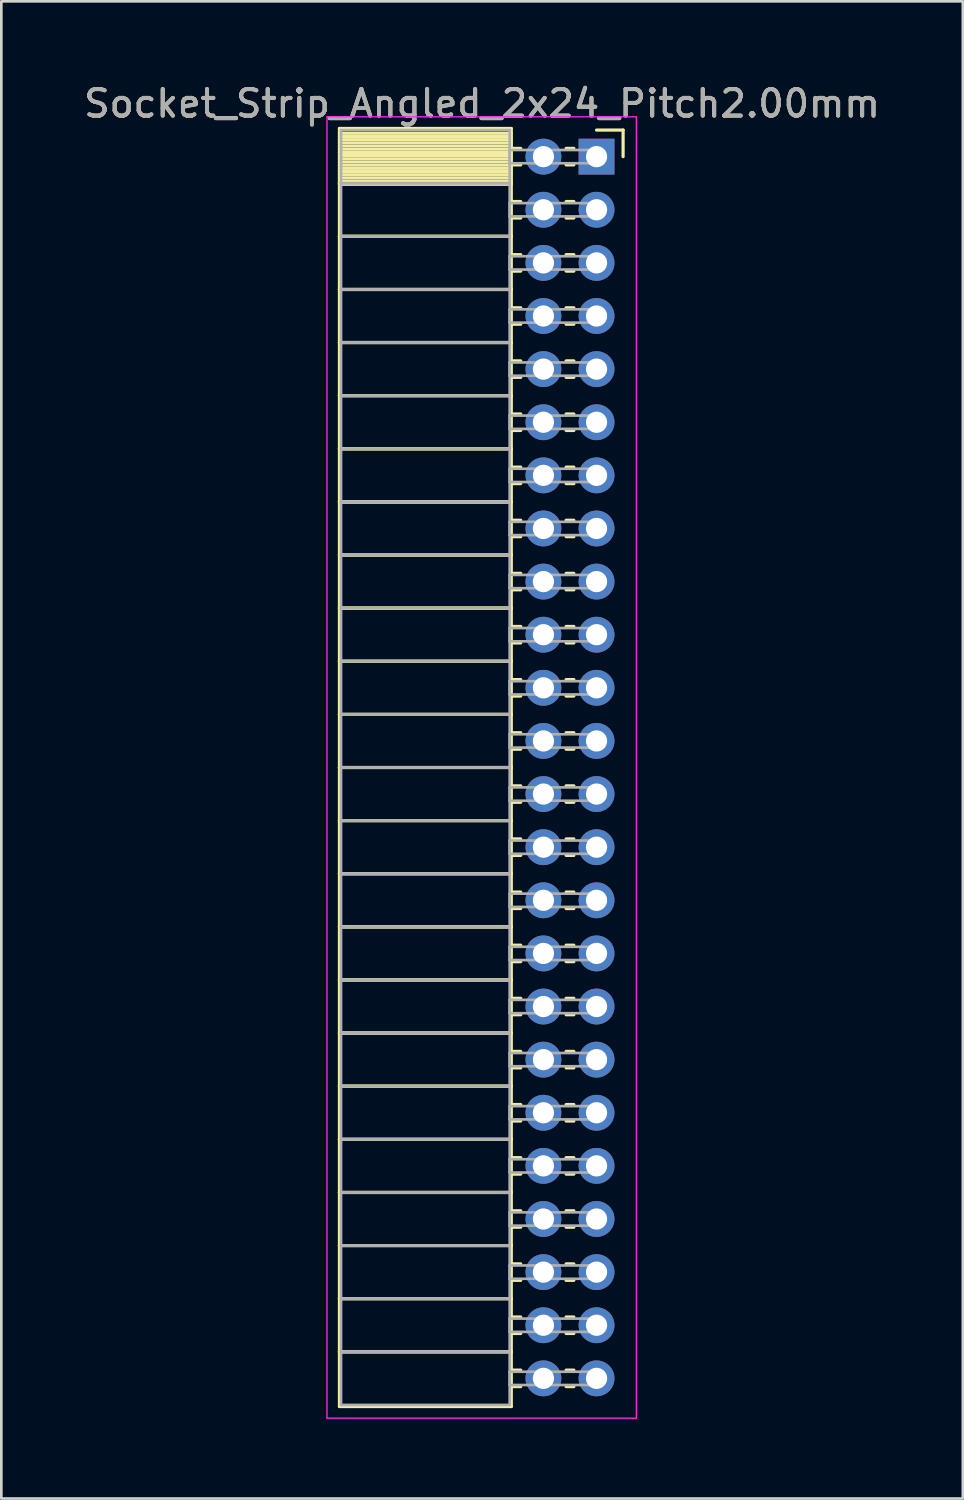
<source format=kicad_pcb>
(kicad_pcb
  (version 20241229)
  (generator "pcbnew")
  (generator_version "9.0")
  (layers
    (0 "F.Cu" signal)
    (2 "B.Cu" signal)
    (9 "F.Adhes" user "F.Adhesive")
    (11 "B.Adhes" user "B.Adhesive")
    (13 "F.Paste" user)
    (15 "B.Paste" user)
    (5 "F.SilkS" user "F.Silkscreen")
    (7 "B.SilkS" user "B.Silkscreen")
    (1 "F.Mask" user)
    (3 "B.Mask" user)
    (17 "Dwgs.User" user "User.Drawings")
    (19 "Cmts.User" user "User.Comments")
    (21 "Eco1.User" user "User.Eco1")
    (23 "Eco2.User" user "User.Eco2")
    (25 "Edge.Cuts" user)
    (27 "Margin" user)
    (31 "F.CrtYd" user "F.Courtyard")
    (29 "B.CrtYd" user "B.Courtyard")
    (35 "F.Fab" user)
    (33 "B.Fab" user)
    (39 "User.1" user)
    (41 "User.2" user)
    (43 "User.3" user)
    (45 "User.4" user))
  (footprint "Socket_Strip_Angled_2x24_Pitch2.00mm"
    (layer "F.Cu")
    (at 19.411 2.848)
    (property "Reference" "Socket_Strip_Angled_2x24_Pitch2.00mm" (at -4.31 -2 0) (layer "F.SilkS") (effects (font (size 1 1) (thickness 0.15))))
    (attr through_hole)
    (fp_line (start -9.68 -1.06) (end -3.21 -1.06) (stroke (width 0.12) (type solid)) (layer "F.SilkS"))
    (fp_line (start -9.68 1) (end -9.68 -1.06) (stroke (width 0.12) (type solid)) (layer "F.SilkS"))
    (fp_line (start -9.68 1) (end -3.21 1) (stroke (width 0.12) (type solid)) (layer "F.SilkS"))
    (fp_line (start -9.68 3) (end -9.68 1) (stroke (width 0.12) (type solid)) (layer "F.SilkS"))
    (fp_line (start -9.68 3) (end -3.21 3) (stroke (width 0.12) (type solid)) (layer "F.SilkS"))
    (fp_line (start -9.68 5) (end -9.68 3) (stroke (width 0.12) (type solid)) (layer "F.SilkS"))
    (fp_line (start -9.68 5) (end -3.21 5) (stroke (width 0.12) (type solid)) (layer "F.SilkS"))
    (fp_line (start -9.68 7) (end -9.68 5) (stroke (width 0.12) (type solid)) (layer "F.SilkS"))
    (fp_line (start -9.68 7) (end -3.21 7) (stroke (width 0.12) (type solid)) (layer "F.SilkS"))
    (fp_line (start -9.68 9) (end -9.68 7) (stroke (width 0.12) (type solid)) (layer "F.SilkS"))
    (fp_line (start -9.68 9) (end -3.21 9) (stroke (width 0.12) (type solid)) (layer "F.SilkS"))
    (fp_line (start -9.68 11) (end -9.68 9) (stroke (width 0.12) (type solid)) (layer "F.SilkS"))
    (fp_line (start -9.68 11) (end -3.21 11) (stroke (width 0.12) (type solid)) (layer "F.SilkS"))
    (fp_line (start -9.68 13) (end -9.68 11) (stroke (width 0.12) (type solid)) (layer "F.SilkS"))
    (fp_line (start -9.68 13) (end -3.21 13) (stroke (width 0.12) (type solid)) (layer "F.SilkS"))
    (fp_line (start -9.68 15) (end -9.68 13) (stroke (width 0.12) (type solid)) (layer "F.SilkS"))
    (fp_line (start -9.68 15) (end -3.21 15) (stroke (width 0.12) (type solid)) (layer "F.SilkS"))
    (fp_line (start -9.68 17) (end -9.68 15) (stroke (width 0.12) (type solid)) (layer "F.SilkS"))
    (fp_line (start -9.68 17) (end -3.21 17) (stroke (width 0.12) (type solid)) (layer "F.SilkS"))
    (fp_line (start -9.68 19) (end -9.68 17) (stroke (width 0.12) (type solid)) (layer "F.SilkS"))
    (fp_line (start -9.68 19) (end -3.21 19) (stroke (width 0.12) (type solid)) (layer "F.SilkS"))
    (fp_line (start -9.68 21) (end -9.68 19) (stroke (width 0.12) (type solid)) (layer "F.SilkS"))
    (fp_line (start -9.68 21) (end -3.21 21) (stroke (width 0.12) (type solid)) (layer "F.SilkS"))
    (fp_line (start -9.68 23) (end -9.68 21) (stroke (width 0.12) (type solid)) (layer "F.SilkS"))
    (fp_line (start -9.68 23) (end -3.21 23) (stroke (width 0.12) (type solid)) (layer "F.SilkS"))
    (fp_line (start -9.68 25) (end -9.68 23) (stroke (width 0.12) (type solid)) (layer "F.SilkS"))
    (fp_line (start -9.68 25) (end -3.21 25) (stroke (width 0.12) (type solid)) (layer "F.SilkS"))
    (fp_line (start -9.68 27) (end -9.68 25) (stroke (width 0.12) (type solid)) (layer "F.SilkS"))
    (fp_line (start -9.68 27) (end -3.21 27) (stroke (width 0.12) (type solid)) (layer "F.SilkS"))
    (fp_line (start -9.68 29) (end -9.68 27) (stroke (width 0.12) (type solid)) (layer "F.SilkS"))
    (fp_line (start -9.68 29) (end -3.21 29) (stroke (width 0.12) (type solid)) (layer "F.SilkS"))
    (fp_line (start -9.68 31) (end -9.68 29) (stroke (width 0.12) (type solid)) (layer "F.SilkS"))
    (fp_line (start -9.68 31) (end -3.21 31) (stroke (width 0.12) (type solid)) (layer "F.SilkS"))
    (fp_line (start -9.68 33) (end -9.68 31) (stroke (width 0.12) (type solid)) (layer "F.SilkS"))
    (fp_line (start -9.68 33) (end -3.21 33) (stroke (width 0.12) (type solid)) (layer "F.SilkS"))
    (fp_line (start -9.68 35) (end -9.68 33) (stroke (width 0.12) (type solid)) (layer "F.SilkS"))
    (fp_line (start -9.68 35) (end -3.21 35) (stroke (width 0.12) (type solid)) (layer "F.SilkS"))
    (fp_line (start -9.68 37) (end -9.68 35) (stroke (width 0.12) (type solid)) (layer "F.SilkS"))
    (fp_line (start -9.68 37) (end -3.21 37) (stroke (width 0.12) (type solid)) (layer "F.SilkS"))
    (fp_line (start -9.68 39) (end -9.68 37) (stroke (width 0.12) (type solid)) (layer "F.SilkS"))
    (fp_line (start -9.68 39) (end -3.21 39) (stroke (width 0.12) (type solid)) (layer "F.SilkS"))
    (fp_line (start -9.68 41) (end -9.68 39) (stroke (width 0.12) (type solid)) (layer "F.SilkS"))
    (fp_line (start -9.68 41) (end -3.21 41) (stroke (width 0.12) (type solid)) (layer "F.SilkS"))
    (fp_line (start -9.68 43) (end -9.68 41) (stroke (width 0.12) (type solid)) (layer "F.SilkS"))
    (fp_line (start -9.68 43) (end -3.21 43) (stroke (width 0.12) (type solid)) (layer "F.SilkS"))
    (fp_line (start -9.68 45) (end -9.68 43) (stroke (width 0.12) (type solid)) (layer "F.SilkS"))
    (fp_line (start -9.68 45) (end -3.21 45) (stroke (width 0.12) (type solid)) (layer "F.SilkS"))
    (fp_line (start -9.68 47.06) (end -9.68 45) (stroke (width 0.12) (type solid)) (layer "F.SilkS"))
    (fp_line (start -3.21 -1.06) (end -3.21 1) (stroke (width 0.12) (type solid)) (layer "F.SilkS"))
    (fp_line (start -3.21 -0.88) (end -9.68 -0.88) (stroke (width 0.12) (type solid)) (layer "F.SilkS"))
    (fp_line (start -3.21 -0.76) (end -9.68 -0.76) (stroke (width 0.12) (type solid)) (layer "F.SilkS"))
    (fp_line (start -3.21 -0.64) (end -9.68 -0.64) (stroke (width 0.12) (type solid)) (layer "F.SilkS"))
    (fp_line (start -3.21 -0.52) (end -9.68 -0.52) (stroke (width 0.12) (type solid)) (layer "F.SilkS"))
    (fp_line (start -3.21 -0.4) (end -9.68 -0.4) (stroke (width 0.12) (type solid)) (layer "F.SilkS"))
    (fp_line (start -3.21 -0.28) (end -9.68 -0.28) (stroke (width 0.12) (type solid)) (layer "F.SilkS"))
    (fp_line (start -3.21 -0.16) (end -9.68 -0.16) (stroke (width 0.12) (type solid)) (layer "F.SilkS"))
    (fp_line (start -3.21 -0.04) (end -9.68 -0.04) (stroke (width 0.12) (type solid)) (layer "F.SilkS"))
    (fp_line (start -3.21 0.08) (end -9.68 0.08) (stroke (width 0.12) (type solid)) (layer "F.SilkS"))
    (fp_line (start -3.21 0.2) (end -9.68 0.2) (stroke (width 0.12) (type solid)) (layer "F.SilkS"))
    (fp_line (start -3.21 0.32) (end -9.68 0.32) (stroke (width 0.12) (type solid)) (layer "F.SilkS"))
    (fp_line (start -3.21 0.44) (end -9.68 0.44) (stroke (width 0.12) (type solid)) (layer "F.SilkS"))
    (fp_line (start -3.21 0.56) (end -9.68 0.56) (stroke (width 0.12) (type solid)) (layer "F.SilkS"))
    (fp_line (start -3.21 0.68) (end -9.68 0.68) (stroke (width 0.12) (type solid)) (layer "F.SilkS"))
    (fp_line (start -3.21 0.8) (end -9.68 0.8) (stroke (width 0.12) (type solid)) (layer "F.SilkS"))
    (fp_line (start -3.21 0.92) (end -9.68 0.92) (stroke (width 0.12) (type solid)) (layer "F.SilkS"))
    (fp_line (start -3.21 1) (end -9.68 1) (stroke (width 0.12) (type solid)) (layer "F.SilkS"))
    (fp_line (start -3.21 1) (end -3.21 3) (stroke (width 0.12) (type solid)) (layer "F.SilkS"))
    (fp_line (start -3.21 1.04) (end -9.68 1.04) (stroke (width 0.12) (type solid)) (layer "F.SilkS"))
    (fp_line (start -3.21 3) (end -9.68 3) (stroke (width 0.12) (type solid)) (layer "F.SilkS"))
    (fp_line (start -3.21 3) (end -3.21 5) (stroke (width 0.12) (type solid)) (layer "F.SilkS"))
    (fp_line (start -3.21 5) (end -9.68 5) (stroke (width 0.12) (type solid)) (layer "F.SilkS"))
    (fp_line (start -3.21 5) (end -3.21 7) (stroke (width 0.12) (type solid)) (layer "F.SilkS"))
    (fp_line (start -3.21 7) (end -9.68 7) (stroke (width 0.12) (type solid)) (layer "F.SilkS"))
    (fp_line (start -3.21 7) (end -3.21 9) (stroke (width 0.12) (type solid)) (layer "F.SilkS"))
    (fp_line (start -3.21 9) (end -9.68 9) (stroke (width 0.12) (type solid)) (layer "F.SilkS"))
    (fp_line (start -3.21 9) (end -3.21 11) (stroke (width 0.12) (type solid)) (layer "F.SilkS"))
    (fp_line (start -3.21 11) (end -9.68 11) (stroke (width 0.12) (type solid)) (layer "F.SilkS"))
    (fp_line (start -3.21 11) (end -3.21 13) (stroke (width 0.12) (type solid)) (layer "F.SilkS"))
    (fp_line (start -3.21 13) (end -9.68 13) (stroke (width 0.12) (type solid)) (layer "F.SilkS"))
    (fp_line (start -3.21 13) (end -3.21 15) (stroke (width 0.12) (type solid)) (layer "F.SilkS"))
    (fp_line (start -3.21 15) (end -9.68 15) (stroke (width 0.12) (type solid)) (layer "F.SilkS"))
    (fp_line (start -3.21 15) (end -3.21 17) (stroke (width 0.12) (type solid)) (layer "F.SilkS"))
    (fp_line (start -3.21 17) (end -9.68 17) (stroke (width 0.12) (type solid)) (layer "F.SilkS"))
    (fp_line (start -3.21 17) (end -3.21 19) (stroke (width 0.12) (type solid)) (layer "F.SilkS"))
    (fp_line (start -3.21 19) (end -9.68 19) (stroke (width 0.12) (type solid)) (layer "F.SilkS"))
    (fp_line (start -3.21 19) (end -3.21 21) (stroke (width 0.12) (type solid)) (layer "F.SilkS"))
    (fp_line (start -3.21 21) (end -9.68 21) (stroke (width 0.12) (type solid)) (layer "F.SilkS"))
    (fp_line (start -3.21 21) (end -3.21 23) (stroke (width 0.12) (type solid)) (layer "F.SilkS"))
    (fp_line (start -3.21 23) (end -9.68 23) (stroke (width 0.12) (type solid)) (layer "F.SilkS"))
    (fp_line (start -3.21 23) (end -3.21 25) (stroke (width 0.12) (type solid)) (layer "F.SilkS"))
    (fp_line (start -3.21 25) (end -9.68 25) (stroke (width 0.12) (type solid)) (layer "F.SilkS"))
    (fp_line (start -3.21 25) (end -3.21 27) (stroke (width 0.12) (type solid)) (layer "F.SilkS"))
    (fp_line (start -3.21 27) (end -9.68 27) (stroke (width 0.12) (type solid)) (layer "F.SilkS"))
    (fp_line (start -3.21 27) (end -3.21 29) (stroke (width 0.12) (type solid)) (layer "F.SilkS"))
    (fp_line (start -3.21 29) (end -9.68 29) (stroke (width 0.12) (type solid)) (layer "F.SilkS"))
    (fp_line (start -3.21 29) (end -3.21 31) (stroke (width 0.12) (type solid)) (layer "F.SilkS"))
    (fp_line (start -3.21 31) (end -9.68 31) (stroke (width 0.12) (type solid)) (layer "F.SilkS"))
    (fp_line (start -3.21 31) (end -3.21 33) (stroke (width 0.12) (type solid)) (layer "F.SilkS"))
    (fp_line (start -3.21 33) (end -9.68 33) (stroke (width 0.12) (type solid)) (layer "F.SilkS"))
    (fp_line (start -3.21 33) (end -3.21 35) (stroke (width 0.12) (type solid)) (layer "F.SilkS"))
    (fp_line (start -3.21 35) (end -9.68 35) (stroke (width 0.12) (type solid)) (layer "F.SilkS"))
    (fp_line (start -3.21 35) (end -3.21 37) (stroke (width 0.12) (type solid)) (layer "F.SilkS"))
    (fp_line (start -3.21 37) (end -9.68 37) (stroke (width 0.12) (type solid)) (layer "F.SilkS"))
    (fp_line (start -3.21 37) (end -3.21 39) (stroke (width 0.12) (type solid)) (layer "F.SilkS"))
    (fp_line (start -3.21 39) (end -9.68 39) (stroke (width 0.12) (type solid)) (layer "F.SilkS"))
    (fp_line (start -3.21 39) (end -3.21 41) (stroke (width 0.12) (type solid)) (layer "F.SilkS"))
    (fp_line (start -3.21 41) (end -9.68 41) (stroke (width 0.12) (type solid)) (layer "F.SilkS"))
    (fp_line (start -3.21 41) (end -3.21 43) (stroke (width 0.12) (type solid)) (layer "F.SilkS"))
    (fp_line (start -3.21 43) (end -9.68 43) (stroke (width 0.12) (type solid)) (layer "F.SilkS"))
    (fp_line (start -3.21 43) (end -3.21 45) (stroke (width 0.12) (type solid)) (layer "F.SilkS"))
    (fp_line (start -3.21 45) (end -9.68 45) (stroke (width 0.12) (type solid)) (layer "F.SilkS"))
    (fp_line (start -3.21 45) (end -3.21 47.06) (stroke (width 0.12) (type solid)) (layer "F.SilkS"))
    (fp_line (start -3.21 47.06) (end -9.68 47.06) (stroke (width 0.12) (type solid)) (layer "F.SilkS"))
    (fp_line (start -2.855 -0.31) (end -3.21 -0.31) (stroke (width 0.12) (type solid)) (layer "F.SilkS"))
    (fp_line (start -2.855 0.31) (end -3.21 0.31) (stroke (width 0.12) (type solid)) (layer "F.SilkS"))
    (fp_line (start -2.855 1.69) (end -3.21 1.69) (stroke (width 0.12) (type solid)) (layer "F.SilkS"))
    (fp_line (start -2.855 2.31) (end -3.21 2.31) (stroke (width 0.12) (type solid)) (layer "F.SilkS"))
    (fp_line (start -2.855 3.69) (end -3.21 3.69) (stroke (width 0.12) (type solid)) (layer "F.SilkS"))
    (fp_line (start -2.855 4.31) (end -3.21 4.31) (stroke (width 0.12) (type solid)) (layer "F.SilkS"))
    (fp_line (start -2.855 5.69) (end -3.21 5.69) (stroke (width 0.12) (type solid)) (layer "F.SilkS"))
    (fp_line (start -2.855 6.31) (end -3.21 6.31) (stroke (width 0.12) (type solid)) (layer "F.SilkS"))
    (fp_line (start -2.855 7.69) (end -3.21 7.69) (stroke (width 0.12) (type solid)) (layer "F.SilkS"))
    (fp_line (start -2.855 8.31) (end -3.21 8.31) (stroke (width 0.12) (type solid)) (layer "F.SilkS"))
    (fp_line (start -2.855 9.69) (end -3.21 9.69) (stroke (width 0.12) (type solid)) (layer "F.SilkS"))
    (fp_line (start -2.855 10.31) (end -3.21 10.31) (stroke (width 0.12) (type solid)) (layer "F.SilkS"))
    (fp_line (start -2.855 11.69) (end -3.21 11.69) (stroke (width 0.12) (type solid)) (layer "F.SilkS"))
    (fp_line (start -2.855 12.31) (end -3.21 12.31) (stroke (width 0.12) (type solid)) (layer "F.SilkS"))
    (fp_line (start -2.855 13.69) (end -3.21 13.69) (stroke (width 0.12) (type solid)) (layer "F.SilkS"))
    (fp_line (start -2.855 14.31) (end -3.21 14.31) (stroke (width 0.12) (type solid)) (layer "F.SilkS"))
    (fp_line (start -2.855 15.69) (end -3.21 15.69) (stroke (width 0.12) (type solid)) (layer "F.SilkS"))
    (fp_line (start -2.855 16.31) (end -3.21 16.31) (stroke (width 0.12) (type solid)) (layer "F.SilkS"))
    (fp_line (start -2.855 17.69) (end -3.21 17.69) (stroke (width 0.12) (type solid)) (layer "F.SilkS"))
    (fp_line (start -2.855 18.31) (end -3.21 18.31) (stroke (width 0.12) (type solid)) (layer "F.SilkS"))
    (fp_line (start -2.855 19.69) (end -3.21 19.69) (stroke (width 0.12) (type solid)) (layer "F.SilkS"))
    (fp_line (start -2.855 20.31) (end -3.21 20.31) (stroke (width 0.12) (type solid)) (layer "F.SilkS"))
    (fp_line (start -2.855 21.69) (end -3.21 21.69) (stroke (width 0.12) (type solid)) (layer "F.SilkS"))
    (fp_line (start -2.855 22.31) (end -3.21 22.31) (stroke (width 0.12) (type solid)) (layer "F.SilkS"))
    (fp_line (start -2.855 23.69) (end -3.21 23.69) (stroke (width 0.12) (type solid)) (layer "F.SilkS"))
    (fp_line (start -2.855 24.31) (end -3.21 24.31) (stroke (width 0.12) (type solid)) (layer "F.SilkS"))
    (fp_line (start -2.855 25.69) (end -3.21 25.69) (stroke (width 0.12) (type solid)) (layer "F.SilkS"))
    (fp_line (start -2.855 26.31) (end -3.21 26.31) (stroke (width 0.12) (type solid)) (layer "F.SilkS"))
    (fp_line (start -2.855 27.69) (end -3.21 27.69) (stroke (width 0.12) (type solid)) (layer "F.SilkS"))
    (fp_line (start -2.855 28.31) (end -3.21 28.31) (stroke (width 0.12) (type solid)) (layer "F.SilkS"))
    (fp_line (start -2.855 29.69) (end -3.21 29.69) (stroke (width 0.12) (type solid)) (layer "F.SilkS"))
    (fp_line (start -2.855 30.31) (end -3.21 30.31) (stroke (width 0.12) (type solid)) (layer "F.SilkS"))
    (fp_line (start -2.855 31.69) (end -3.21 31.69) (stroke (width 0.12) (type solid)) (layer "F.SilkS"))
    (fp_line (start -2.855 32.31) (end -3.21 32.31) (stroke (width 0.12) (type solid)) (layer "F.SilkS"))
    (fp_line (start -2.855 33.69) (end -3.21 33.69) (stroke (width 0.12) (type solid)) (layer "F.SilkS"))
    (fp_line (start -2.855 34.31) (end -3.21 34.31) (stroke (width 0.12) (type solid)) (layer "F.SilkS"))
    (fp_line (start -2.855 35.69) (end -3.21 35.69) (stroke (width 0.12) (type solid)) (layer "F.SilkS"))
    (fp_line (start -2.855 36.31) (end -3.21 36.31) (stroke (width 0.12) (type solid)) (layer "F.SilkS"))
    (fp_line (start -2.855 37.69) (end -3.21 37.69) (stroke (width 0.12) (type solid)) (layer "F.SilkS"))
    (fp_line (start -2.855 38.31) (end -3.21 38.31) (stroke (width 0.12) (type solid)) (layer "F.SilkS"))
    (fp_line (start -2.855 39.69) (end -3.21 39.69) (stroke (width 0.12) (type solid)) (layer "F.SilkS"))
    (fp_line (start -2.855 40.31) (end -3.21 40.31) (stroke (width 0.12) (type solid)) (layer "F.SilkS"))
    (fp_line (start -2.855 41.69) (end -3.21 41.69) (stroke (width 0.12) (type solid)) (layer "F.SilkS"))
    (fp_line (start -2.855 42.31) (end -3.21 42.31) (stroke (width 0.12) (type solid)) (layer "F.SilkS"))
    (fp_line (start -2.855 43.69) (end -3.21 43.69) (stroke (width 0.12) (type solid)) (layer "F.SilkS"))
    (fp_line (start -2.855 44.31) (end -3.21 44.31) (stroke (width 0.12) (type solid)) (layer "F.SilkS"))
    (fp_line (start -2.855 45.69) (end -3.21 45.69) (stroke (width 0.12) (type solid)) (layer "F.SilkS"))
    (fp_line (start -2.855 46.31) (end -3.21 46.31) (stroke (width 0.12) (type solid)) (layer "F.SilkS"))
    (fp_line (start -0.855 -0.31) (end -1.145 -0.31) (stroke (width 0.12) (type solid)) (layer "F.SilkS"))
    (fp_line (start -0.855 0.31) (end -1.145 0.31) (stroke (width 0.12) (type solid)) (layer "F.SilkS"))
    (fp_line (start -0.855 1.69) (end -1.145 1.69) (stroke (width 0.12) (type solid)) (layer "F.SilkS"))
    (fp_line (start -0.855 2.31) (end -1.145 2.31) (stroke (width 0.12) (type solid)) (layer "F.SilkS"))
    (fp_line (start -0.855 3.69) (end -1.145 3.69) (stroke (width 0.12) (type solid)) (layer "F.SilkS"))
    (fp_line (start -0.855 4.31) (end -1.145 4.31) (stroke (width 0.12) (type solid)) (layer "F.SilkS"))
    (fp_line (start -0.855 5.69) (end -1.145 5.69) (stroke (width 0.12) (type solid)) (layer "F.SilkS"))
    (fp_line (start -0.855 6.31) (end -1.145 6.31) (stroke (width 0.12) (type solid)) (layer "F.SilkS"))
    (fp_line (start -0.855 7.69) (end -1.145 7.69) (stroke (width 0.12) (type solid)) (layer "F.SilkS"))
    (fp_line (start -0.855 8.31) (end -1.145 8.31) (stroke (width 0.12) (type solid)) (layer "F.SilkS"))
    (fp_line (start -0.855 9.69) (end -1.145 9.69) (stroke (width 0.12) (type solid)) (layer "F.SilkS"))
    (fp_line (start -0.855 10.31) (end -1.145 10.31) (stroke (width 0.12) (type solid)) (layer "F.SilkS"))
    (fp_line (start -0.855 11.69) (end -1.145 11.69) (stroke (width 0.12) (type solid)) (layer "F.SilkS"))
    (fp_line (start -0.855 12.31) (end -1.145 12.31) (stroke (width 0.12) (type solid)) (layer "F.SilkS"))
    (fp_line (start -0.855 13.69) (end -1.145 13.69) (stroke (width 0.12) (type solid)) (layer "F.SilkS"))
    (fp_line (start -0.855 14.31) (end -1.145 14.31) (stroke (width 0.12) (type solid)) (layer "F.SilkS"))
    (fp_line (start -0.855 15.69) (end -1.145 15.69) (stroke (width 0.12) (type solid)) (layer "F.SilkS"))
    (fp_line (start -0.855 16.31) (end -1.145 16.31) (stroke (width 0.12) (type solid)) (layer "F.SilkS"))
    (fp_line (start -0.855 17.69) (end -1.145 17.69) (stroke (width 0.12) (type solid)) (layer "F.SilkS"))
    (fp_line (start -0.855 18.31) (end -1.145 18.31) (stroke (width 0.12) (type solid)) (layer "F.SilkS"))
    (fp_line (start -0.855 19.69) (end -1.145 19.69) (stroke (width 0.12) (type solid)) (layer "F.SilkS"))
    (fp_line (start -0.855 20.31) (end -1.145 20.31) (stroke (width 0.12) (type solid)) (layer "F.SilkS"))
    (fp_line (start -0.855 21.69) (end -1.145 21.69) (stroke (width 0.12) (type solid)) (layer "F.SilkS"))
    (fp_line (start -0.855 22.31) (end -1.145 22.31) (stroke (width 0.12) (type solid)) (layer "F.SilkS"))
    (fp_line (start -0.855 23.69) (end -1.145 23.69) (stroke (width 0.12) (type solid)) (layer "F.SilkS"))
    (fp_line (start -0.855 24.31) (end -1.145 24.31) (stroke (width 0.12) (type solid)) (layer "F.SilkS"))
    (fp_line (start -0.855 25.69) (end -1.145 25.69) (stroke (width 0.12) (type solid)) (layer "F.SilkS"))
    (fp_line (start -0.855 26.31) (end -1.145 26.31) (stroke (width 0.12) (type solid)) (layer "F.SilkS"))
    (fp_line (start -0.855 27.69) (end -1.145 27.69) (stroke (width 0.12) (type solid)) (layer "F.SilkS"))
    (fp_line (start -0.855 28.31) (end -1.145 28.31) (stroke (width 0.12) (type solid)) (layer "F.SilkS"))
    (fp_line (start -0.855 29.69) (end -1.145 29.69) (stroke (width 0.12) (type solid)) (layer "F.SilkS"))
    (fp_line (start -0.855 30.31) (end -1.145 30.31) (stroke (width 0.12) (type solid)) (layer "F.SilkS"))
    (fp_line (start -0.855 31.69) (end -1.145 31.69) (stroke (width 0.12) (type solid)) (layer "F.SilkS"))
    (fp_line (start -0.855 32.31) (end -1.145 32.31) (stroke (width 0.12) (type solid)) (layer "F.SilkS"))
    (fp_line (start -0.855 33.69) (end -1.145 33.69) (stroke (width 0.12) (type solid)) (layer "F.SilkS"))
    (fp_line (start -0.855 34.31) (end -1.145 34.31) (stroke (width 0.12) (type solid)) (layer "F.SilkS"))
    (fp_line (start -0.855 35.69) (end -1.145 35.69) (stroke (width 0.12) (type solid)) (layer "F.SilkS"))
    (fp_line (start -0.855 36.31) (end -1.145 36.31) (stroke (width 0.12) (type solid)) (layer "F.SilkS"))
    (fp_line (start -0.855 37.69) (end -1.145 37.69) (stroke (width 0.12) (type solid)) (layer "F.SilkS"))
    (fp_line (start -0.855 38.31) (end -1.145 38.31) (stroke (width 0.12) (type solid)) (layer "F.SilkS"))
    (fp_line (start -0.855 39.69) (end -1.145 39.69) (stroke (width 0.12) (type solid)) (layer "F.SilkS"))
    (fp_line (start -0.855 40.31) (end -1.145 40.31) (stroke (width 0.12) (type solid)) (layer "F.SilkS"))
    (fp_line (start -0.855 41.69) (end -1.145 41.69) (stroke (width 0.12) (type solid)) (layer "F.SilkS"))
    (fp_line (start -0.855 42.31) (end -1.145 42.31) (stroke (width 0.12) (type solid)) (layer "F.SilkS"))
    (fp_line (start -0.855 43.69) (end -1.145 43.69) (stroke (width 0.12) (type solid)) (layer "F.SilkS"))
    (fp_line (start -0.855 44.31) (end -1.145 44.31) (stroke (width 0.12) (type solid)) (layer "F.SilkS"))
    (fp_line (start -0.855 45.69) (end -1.145 45.69) (stroke (width 0.12) (type solid)) (layer "F.SilkS"))
    (fp_line (start -0.855 46.31) (end -1.145 46.31) (stroke (width 0.12) (type solid)) (layer "F.SilkS"))
    (fp_line (start 0 -1) (end 1 -1) (stroke (width 0.12) (type solid)) (layer "F.SilkS"))
    (fp_line (start 1 -1) (end 1 0) (stroke (width 0.12) (type solid)) (layer "F.SilkS"))
    (fp_line (start -10.15 -1.5) (end 1.5 -1.5) (stroke (width 0.05) (type solid)) (layer "F.CrtYd"))
    (fp_line (start -10.15 47.5) (end -10.15 -1.5) (stroke (width 0.05) (type solid)) (layer "F.CrtYd"))
    (fp_line (start 1.5 -1.5) (end 1.5 47.5) (stroke (width 0.05) (type solid)) (layer "F.CrtYd"))
    (fp_line (start 1.5 47.5) (end -10.15 47.5) (stroke (width 0.05) (type solid)) (layer "F.CrtYd"))
    (fp_line (start -9.62 -1) (end -3.27 -1) (stroke (width 0.1) (type solid)) (layer "F.Fab"))
    (fp_line (start -9.62 1) (end -9.62 -1) (stroke (width 0.1) (type solid)) (layer "F.Fab"))
    (fp_line (start -9.62 1) (end -3.27 1) (stroke (width 0.1) (type solid)) (layer "F.Fab"))
    (fp_line (start -9.62 3) (end -9.62 1) (stroke (width 0.1) (type solid)) (layer "F.Fab"))
    (fp_line (start -9.62 3) (end -3.27 3) (stroke (width 0.1) (type solid)) (layer "F.Fab"))
    (fp_line (start -9.62 5) (end -9.62 3) (stroke (width 0.1) (type solid)) (layer "F.Fab"))
    (fp_line (start -9.62 5) (end -3.27 5) (stroke (width 0.1) (type solid)) (layer "F.Fab"))
    (fp_line (start -9.62 7) (end -9.62 5) (stroke (width 0.1) (type solid)) (layer "F.Fab"))
    (fp_line (start -9.62 7) (end -3.27 7) (stroke (width 0.1) (type solid)) (layer "F.Fab"))
    (fp_line (start -9.62 9) (end -9.62 7) (stroke (width 0.1) (type solid)) (layer "F.Fab"))
    (fp_line (start -9.62 9) (end -3.27 9) (stroke (width 0.1) (type solid)) (layer "F.Fab"))
    (fp_line (start -9.62 11) (end -9.62 9) (stroke (width 0.1) (type solid)) (layer "F.Fab"))
    (fp_line (start -9.62 11) (end -3.27 11) (stroke (width 0.1) (type solid)) (layer "F.Fab"))
    (fp_line (start -9.62 13) (end -9.62 11) (stroke (width 0.1) (type solid)) (layer "F.Fab"))
    (fp_line (start -9.62 13) (end -3.27 13) (stroke (width 0.1) (type solid)) (layer "F.Fab"))
    (fp_line (start -9.62 15) (end -9.62 13) (stroke (width 0.1) (type solid)) (layer "F.Fab"))
    (fp_line (start -9.62 15) (end -3.27 15) (stroke (width 0.1) (type solid)) (layer "F.Fab"))
    (fp_line (start -9.62 17) (end -9.62 15) (stroke (width 0.1) (type solid)) (layer "F.Fab"))
    (fp_line (start -9.62 17) (end -3.27 17) (stroke (width 0.1) (type solid)) (layer "F.Fab"))
    (fp_line (start -9.62 19) (end -9.62 17) (stroke (width 0.1) (type solid)) (layer "F.Fab"))
    (fp_line (start -9.62 19) (end -3.27 19) (stroke (width 0.1) (type solid)) (layer "F.Fab"))
    (fp_line (start -9.62 21) (end -9.62 19) (stroke (width 0.1) (type solid)) (layer "F.Fab"))
    (fp_line (start -9.62 21) (end -3.27 21) (stroke (width 0.1) (type solid)) (layer "F.Fab"))
    (fp_line (start -9.62 23) (end -9.62 21) (stroke (width 0.1) (type solid)) (layer "F.Fab"))
    (fp_line (start -9.62 23) (end -3.27 23) (stroke (width 0.1) (type solid)) (layer "F.Fab"))
    (fp_line (start -9.62 25) (end -9.62 23) (stroke (width 0.1) (type solid)) (layer "F.Fab"))
    (fp_line (start -9.62 25) (end -3.27 25) (stroke (width 0.1) (type solid)) (layer "F.Fab"))
    (fp_line (start -9.62 27) (end -9.62 25) (stroke (width 0.1) (type solid)) (layer "F.Fab"))
    (fp_line (start -9.62 27) (end -3.27 27) (stroke (width 0.1) (type solid)) (layer "F.Fab"))
    (fp_line (start -9.62 29) (end -9.62 27) (stroke (width 0.1) (type solid)) (layer "F.Fab"))
    (fp_line (start -9.62 29) (end -3.27 29) (stroke (width 0.1) (type solid)) (layer "F.Fab"))
    (fp_line (start -9.62 31) (end -9.62 29) (stroke (width 0.1) (type solid)) (layer "F.Fab"))
    (fp_line (start -9.62 31) (end -3.27 31) (stroke (width 0.1) (type solid)) (layer "F.Fab"))
    (fp_line (start -9.62 33) (end -9.62 31) (stroke (width 0.1) (type solid)) (layer "F.Fab"))
    (fp_line (start -9.62 33) (end -3.27 33) (stroke (width 0.1) (type solid)) (layer "F.Fab"))
    (fp_line (start -9.62 35) (end -9.62 33) (stroke (width 0.1) (type solid)) (layer "F.Fab"))
    (fp_line (start -9.62 35) (end -3.27 35) (stroke (width 0.1) (type solid)) (layer "F.Fab"))
    (fp_line (start -9.62 37) (end -9.62 35) (stroke (width 0.1) (type solid)) (layer "F.Fab"))
    (fp_line (start -9.62 37) (end -3.27 37) (stroke (width 0.1) (type solid)) (layer "F.Fab"))
    (fp_line (start -9.62 39) (end -9.62 37) (stroke (width 0.1) (type solid)) (layer "F.Fab"))
    (fp_line (start -9.62 39) (end -3.27 39) (stroke (width 0.1) (type solid)) (layer "F.Fab"))
    (fp_line (start -9.62 41) (end -9.62 39) (stroke (width 0.1) (type solid)) (layer "F.Fab"))
    (fp_line (start -9.62 41) (end -3.27 41) (stroke (width 0.1) (type solid)) (layer "F.Fab"))
    (fp_line (start -9.62 43) (end -9.62 41) (stroke (width 0.1) (type solid)) (layer "F.Fab"))
    (fp_line (start -9.62 43) (end -3.27 43) (stroke (width 0.1) (type solid)) (layer "F.Fab"))
    (fp_line (start -9.62 45) (end -9.62 43) (stroke (width 0.1) (type solid)) (layer "F.Fab"))
    (fp_line (start -9.62 45) (end -3.27 45) (stroke (width 0.1) (type solid)) (layer "F.Fab"))
    (fp_line (start -9.62 47) (end -9.62 45) (stroke (width 0.1) (type solid)) (layer "F.Fab"))
    (fp_line (start -3.27 -1) (end -3.27 1) (stroke (width 0.1) (type solid)) (layer "F.Fab"))
    (fp_line (start -3.27 -0.25) (end 0 -0.25) (stroke (width 0.1) (type solid)) (layer "F.Fab"))
    (fp_line (start -3.27 0.25) (end -3.27 -0.25) (stroke (width 0.1) (type solid)) (layer "F.Fab"))
    (fp_line (start -3.27 1) (end -9.62 1) (stroke (width 0.1) (type solid)) (layer "F.Fab"))
    (fp_line (start -3.27 1) (end -3.27 3) (stroke (width 0.1) (type solid)) (layer "F.Fab"))
    (fp_line (start -3.27 1.75) (end 0 1.75) (stroke (width 0.1) (type solid)) (layer "F.Fab"))
    (fp_line (start -3.27 2.25) (end -3.27 1.75) (stroke (width 0.1) (type solid)) (layer "F.Fab"))
    (fp_line (start -3.27 3) (end -9.62 3) (stroke (width 0.1) (type solid)) (layer "F.Fab"))
    (fp_line (start -3.27 3) (end -3.27 5) (stroke (width 0.1) (type solid)) (layer "F.Fab"))
    (fp_line (start -3.27 3.75) (end 0 3.75) (stroke (width 0.1) (type solid)) (layer "F.Fab"))
    (fp_line (start -3.27 4.25) (end -3.27 3.75) (stroke (width 0.1) (type solid)) (layer "F.Fab"))
    (fp_line (start -3.27 5) (end -9.62 5) (stroke (width 0.1) (type solid)) (layer "F.Fab"))
    (fp_line (start -3.27 5) (end -3.27 7) (stroke (width 0.1) (type solid)) (layer "F.Fab"))
    (fp_line (start -3.27 5.75) (end 0 5.75) (stroke (width 0.1) (type solid)) (layer "F.Fab"))
    (fp_line (start -3.27 6.25) (end -3.27 5.75) (stroke (width 0.1) (type solid)) (layer "F.Fab"))
    (fp_line (start -3.27 7) (end -9.62 7) (stroke (width 0.1) (type solid)) (layer "F.Fab"))
    (fp_line (start -3.27 7) (end -3.27 9) (stroke (width 0.1) (type solid)) (layer "F.Fab"))
    (fp_line (start -3.27 7.75) (end 0 7.75) (stroke (width 0.1) (type solid)) (layer "F.Fab"))
    (fp_line (start -3.27 8.25) (end -3.27 7.75) (stroke (width 0.1) (type solid)) (layer "F.Fab"))
    (fp_line (start -3.27 9) (end -9.62 9) (stroke (width 0.1) (type solid)) (layer "F.Fab"))
    (fp_line (start -3.27 9) (end -3.27 11) (stroke (width 0.1) (type solid)) (layer "F.Fab"))
    (fp_line (start -3.27 9.75) (end 0 9.75) (stroke (width 0.1) (type solid)) (layer "F.Fab"))
    (fp_line (start -3.27 10.25) (end -3.27 9.75) (stroke (width 0.1) (type solid)) (layer "F.Fab"))
    (fp_line (start -3.27 11) (end -9.62 11) (stroke (width 0.1) (type solid)) (layer "F.Fab"))
    (fp_line (start -3.27 11) (end -3.27 13) (stroke (width 0.1) (type solid)) (layer "F.Fab"))
    (fp_line (start -3.27 11.75) (end 0 11.75) (stroke (width 0.1) (type solid)) (layer "F.Fab"))
    (fp_line (start -3.27 12.25) (end -3.27 11.75) (stroke (width 0.1) (type solid)) (layer "F.Fab"))
    (fp_line (start -3.27 13) (end -9.62 13) (stroke (width 0.1) (type solid)) (layer "F.Fab"))
    (fp_line (start -3.27 13) (end -3.27 15) (stroke (width 0.1) (type solid)) (layer "F.Fab"))
    (fp_line (start -3.27 13.75) (end 0 13.75) (stroke (width 0.1) (type solid)) (layer "F.Fab"))
    (fp_line (start -3.27 14.25) (end -3.27 13.75) (stroke (width 0.1) (type solid)) (layer "F.Fab"))
    (fp_line (start -3.27 15) (end -9.62 15) (stroke (width 0.1) (type solid)) (layer "F.Fab"))
    (fp_line (start -3.27 15) (end -3.27 17) (stroke (width 0.1) (type solid)) (layer "F.Fab"))
    (fp_line (start -3.27 15.75) (end 0 15.75) (stroke (width 0.1) (type solid)) (layer "F.Fab"))
    (fp_line (start -3.27 16.25) (end -3.27 15.75) (stroke (width 0.1) (type solid)) (layer "F.Fab"))
    (fp_line (start -3.27 17) (end -9.62 17) (stroke (width 0.1) (type solid)) (layer "F.Fab"))
    (fp_line (start -3.27 17) (end -3.27 19) (stroke (width 0.1) (type solid)) (layer "F.Fab"))
    (fp_line (start -3.27 17.75) (end 0 17.75) (stroke (width 0.1) (type solid)) (layer "F.Fab"))
    (fp_line (start -3.27 18.25) (end -3.27 17.75) (stroke (width 0.1) (type solid)) (layer "F.Fab"))
    (fp_line (start -3.27 19) (end -9.62 19) (stroke (width 0.1) (type solid)) (layer "F.Fab"))
    (fp_line (start -3.27 19) (end -3.27 21) (stroke (width 0.1) (type solid)) (layer "F.Fab"))
    (fp_line (start -3.27 19.75) (end 0 19.75) (stroke (width 0.1) (type solid)) (layer "F.Fab"))
    (fp_line (start -3.27 20.25) (end -3.27 19.75) (stroke (width 0.1) (type solid)) (layer "F.Fab"))
    (fp_line (start -3.27 21) (end -9.62 21) (stroke (width 0.1) (type solid)) (layer "F.Fab"))
    (fp_line (start -3.27 21) (end -3.27 23) (stroke (width 0.1) (type solid)) (layer "F.Fab"))
    (fp_line (start -3.27 21.75) (end 0 21.75) (stroke (width 0.1) (type solid)) (layer "F.Fab"))
    (fp_line (start -3.27 22.25) (end -3.27 21.75) (stroke (width 0.1) (type solid)) (layer "F.Fab"))
    (fp_line (start -3.27 23) (end -9.62 23) (stroke (width 0.1) (type solid)) (layer "F.Fab"))
    (fp_line (start -3.27 23) (end -3.27 25) (stroke (width 0.1) (type solid)) (layer "F.Fab"))
    (fp_line (start -3.27 23.75) (end 0 23.75) (stroke (width 0.1) (type solid)) (layer "F.Fab"))
    (fp_line (start -3.27 24.25) (end -3.27 23.75) (stroke (width 0.1) (type solid)) (layer "F.Fab"))
    (fp_line (start -3.27 25) (end -9.62 25) (stroke (width 0.1) (type solid)) (layer "F.Fab"))
    (fp_line (start -3.27 25) (end -3.27 27) (stroke (width 0.1) (type solid)) (layer "F.Fab"))
    (fp_line (start -3.27 25.75) (end 0 25.75) (stroke (width 0.1) (type solid)) (layer "F.Fab"))
    (fp_line (start -3.27 26.25) (end -3.27 25.75) (stroke (width 0.1) (type solid)) (layer "F.Fab"))
    (fp_line (start -3.27 27) (end -9.62 27) (stroke (width 0.1) (type solid)) (layer "F.Fab"))
    (fp_line (start -3.27 27) (end -3.27 29) (stroke (width 0.1) (type solid)) (layer "F.Fab"))
    (fp_line (start -3.27 27.75) (end 0 27.75) (stroke (width 0.1) (type solid)) (layer "F.Fab"))
    (fp_line (start -3.27 28.25) (end -3.27 27.75) (stroke (width 0.1) (type solid)) (layer "F.Fab"))
    (fp_line (start -3.27 29) (end -9.62 29) (stroke (width 0.1) (type solid)) (layer "F.Fab"))
    (fp_line (start -3.27 29) (end -3.27 31) (stroke (width 0.1) (type solid)) (layer "F.Fab"))
    (fp_line (start -3.27 29.75) (end 0 29.75) (stroke (width 0.1) (type solid)) (layer "F.Fab"))
    (fp_line (start -3.27 30.25) (end -3.27 29.75) (stroke (width 0.1) (type solid)) (layer "F.Fab"))
    (fp_line (start -3.27 31) (end -9.62 31) (stroke (width 0.1) (type solid)) (layer "F.Fab"))
    (fp_line (start -3.27 31) (end -3.27 33) (stroke (width 0.1) (type solid)) (layer "F.Fab"))
    (fp_line (start -3.27 31.75) (end 0 31.75) (stroke (width 0.1) (type solid)) (layer "F.Fab"))
    (fp_line (start -3.27 32.25) (end -3.27 31.75) (stroke (width 0.1) (type solid)) (layer "F.Fab"))
    (fp_line (start -3.27 33) (end -9.62 33) (stroke (width 0.1) (type solid)) (layer "F.Fab"))
    (fp_line (start -3.27 33) (end -3.27 35) (stroke (width 0.1) (type solid)) (layer "F.Fab"))
    (fp_line (start -3.27 33.75) (end 0 33.75) (stroke (width 0.1) (type solid)) (layer "F.Fab"))
    (fp_line (start -3.27 34.25) (end -3.27 33.75) (stroke (width 0.1) (type solid)) (layer "F.Fab"))
    (fp_line (start -3.27 35) (end -9.62 35) (stroke (width 0.1) (type solid)) (layer "F.Fab"))
    (fp_line (start -3.27 35) (end -3.27 37) (stroke (width 0.1) (type solid)) (layer "F.Fab"))
    (fp_line (start -3.27 35.75) (end 0 35.75) (stroke (width 0.1) (type solid)) (layer "F.Fab"))
    (fp_line (start -3.27 36.25) (end -3.27 35.75) (stroke (width 0.1) (type solid)) (layer "F.Fab"))
    (fp_line (start -3.27 37) (end -9.62 37) (stroke (width 0.1) (type solid)) (layer "F.Fab"))
    (fp_line (start -3.27 37) (end -3.27 39) (stroke (width 0.1) (type solid)) (layer "F.Fab"))
    (fp_line (start -3.27 37.75) (end 0 37.75) (stroke (width 0.1) (type solid)) (layer "F.Fab"))
    (fp_line (start -3.27 38.25) (end -3.27 37.75) (stroke (width 0.1) (type solid)) (layer "F.Fab"))
    (fp_line (start -3.27 39) (end -9.62 39) (stroke (width 0.1) (type solid)) (layer "F.Fab"))
    (fp_line (start -3.27 39) (end -3.27 41) (stroke (width 0.1) (type solid)) (layer "F.Fab"))
    (fp_line (start -3.27 39.75) (end 0 39.75) (stroke (width 0.1) (type solid)) (layer "F.Fab"))
    (fp_line (start -3.27 40.25) (end -3.27 39.75) (stroke (width 0.1) (type solid)) (layer "F.Fab"))
    (fp_line (start -3.27 41) (end -9.62 41) (stroke (width 0.1) (type solid)) (layer "F.Fab"))
    (fp_line (start -3.27 41) (end -3.27 43) (stroke (width 0.1) (type solid)) (layer "F.Fab"))
    (fp_line (start -3.27 41.75) (end 0 41.75) (stroke (width 0.1) (type solid)) (layer "F.Fab"))
    (fp_line (start -3.27 42.25) (end -3.27 41.75) (stroke (width 0.1) (type solid)) (layer "F.Fab"))
    (fp_line (start -3.27 43) (end -9.62 43) (stroke (width 0.1) (type solid)) (layer "F.Fab"))
    (fp_line (start -3.27 43) (end -3.27 45) (stroke (width 0.1) (type solid)) (layer "F.Fab"))
    (fp_line (start -3.27 43.75) (end 0 43.75) (stroke (width 0.1) (type solid)) (layer "F.Fab"))
    (fp_line (start -3.27 44.25) (end -3.27 43.75) (stroke (width 0.1) (type solid)) (layer "F.Fab"))
    (fp_line (start -3.27 45) (end -9.62 45) (stroke (width 0.1) (type solid)) (layer "F.Fab"))
    (fp_line (start -3.27 45) (end -3.27 47) (stroke (width 0.1) (type solid)) (layer "F.Fab"))
    (fp_line (start -3.27 45.75) (end 0 45.75) (stroke (width 0.1) (type solid)) (layer "F.Fab"))
    (fp_line (start -3.27 46.25) (end -3.27 45.75) (stroke (width 0.1) (type solid)) (layer "F.Fab"))
    (fp_line (start -3.27 47) (end -9.62 47) (stroke (width 0.1) (type solid)) (layer "F.Fab"))
    (fp_line (start 0 -0.25) (end 0 0.25) (stroke (width 0.1) (type solid)) (layer "F.Fab"))
    (fp_line (start 0 0.25) (end -3.27 0.25) (stroke (width 0.1) (type solid)) (layer "F.Fab"))
    (fp_line (start 0 1.75) (end 0 2.25) (stroke (width 0.1) (type solid)) (layer "F.Fab"))
    (fp_line (start 0 2.25) (end -3.27 2.25) (stroke (width 0.1) (type solid)) (layer "F.Fab"))
    (fp_line (start 0 3.75) (end 0 4.25) (stroke (width 0.1) (type solid)) (layer "F.Fab"))
    (fp_line (start 0 4.25) (end -3.27 4.25) (stroke (width 0.1) (type solid)) (layer "F.Fab"))
    (fp_line (start 0 5.75) (end 0 6.25) (stroke (width 0.1) (type solid)) (layer "F.Fab"))
    (fp_line (start 0 6.25) (end -3.27 6.25) (stroke (width 0.1) (type solid)) (layer "F.Fab"))
    (fp_line (start 0 7.75) (end 0 8.25) (stroke (width 0.1) (type solid)) (layer "F.Fab"))
    (fp_line (start 0 8.25) (end -3.27 8.25) (stroke (width 0.1) (type solid)) (layer "F.Fab"))
    (fp_line (start 0 9.75) (end 0 10.25) (stroke (width 0.1) (type solid)) (layer "F.Fab"))
    (fp_line (start 0 10.25) (end -3.27 10.25) (stroke (width 0.1) (type solid)) (layer "F.Fab"))
    (fp_line (start 0 11.75) (end 0 12.25) (stroke (width 0.1) (type solid)) (layer "F.Fab"))
    (fp_line (start 0 12.25) (end -3.27 12.25) (stroke (width 0.1) (type solid)) (layer "F.Fab"))
    (fp_line (start 0 13.75) (end 0 14.25) (stroke (width 0.1) (type solid)) (layer "F.Fab"))
    (fp_line (start 0 14.25) (end -3.27 14.25) (stroke (width 0.1) (type solid)) (layer "F.Fab"))
    (fp_line (start 0 15.75) (end 0 16.25) (stroke (width 0.1) (type solid)) (layer "F.Fab"))
    (fp_line (start 0 16.25) (end -3.27 16.25) (stroke (width 0.1) (type solid)) (layer "F.Fab"))
    (fp_line (start 0 17.75) (end 0 18.25) (stroke (width 0.1) (type solid)) (layer "F.Fab"))
    (fp_line (start 0 18.25) (end -3.27 18.25) (stroke (width 0.1) (type solid)) (layer "F.Fab"))
    (fp_line (start 0 19.75) (end 0 20.25) (stroke (width 0.1) (type solid)) (layer "F.Fab"))
    (fp_line (start 0 20.25) (end -3.27 20.25) (stroke (width 0.1) (type solid)) (layer "F.Fab"))
    (fp_line (start 0 21.75) (end 0 22.25) (stroke (width 0.1) (type solid)) (layer "F.Fab"))
    (fp_line (start 0 22.25) (end -3.27 22.25) (stroke (width 0.1) (type solid)) (layer "F.Fab"))
    (fp_line (start 0 23.75) (end 0 24.25) (stroke (width 0.1) (type solid)) (layer "F.Fab"))
    (fp_line (start 0 24.25) (end -3.27 24.25) (stroke (width 0.1) (type solid)) (layer "F.Fab"))
    (fp_line (start 0 25.75) (end 0 26.25) (stroke (width 0.1) (type solid)) (layer "F.Fab"))
    (fp_line (start 0 26.25) (end -3.27 26.25) (stroke (width 0.1) (type solid)) (layer "F.Fab"))
    (fp_line (start 0 27.75) (end 0 28.25) (stroke (width 0.1) (type solid)) (layer "F.Fab"))
    (fp_line (start 0 28.25) (end -3.27 28.25) (stroke (width 0.1) (type solid)) (layer "F.Fab"))
    (fp_line (start 0 29.75) (end 0 30.25) (stroke (width 0.1) (type solid)) (layer "F.Fab"))
    (fp_line (start 0 30.25) (end -3.27 30.25) (stroke (width 0.1) (type solid)) (layer "F.Fab"))
    (fp_line (start 0 31.75) (end 0 32.25) (stroke (width 0.1) (type solid)) (layer "F.Fab"))
    (fp_line (start 0 32.25) (end -3.27 32.25) (stroke (width 0.1) (type solid)) (layer "F.Fab"))
    (fp_line (start 0 33.75) (end 0 34.25) (stroke (width 0.1) (type solid)) (layer "F.Fab"))
    (fp_line (start 0 34.25) (end -3.27 34.25) (stroke (width 0.1) (type solid)) (layer "F.Fab"))
    (fp_line (start 0 35.75) (end 0 36.25) (stroke (width 0.1) (type solid)) (layer "F.Fab"))
    (fp_line (start 0 36.25) (end -3.27 36.25) (stroke (width 0.1) (type solid)) (layer "F.Fab"))
    (fp_line (start 0 37.75) (end 0 38.25) (stroke (width 0.1) (type solid)) (layer "F.Fab"))
    (fp_line (start 0 38.25) (end -3.27 38.25) (stroke (width 0.1) (type solid)) (layer "F.Fab"))
    (fp_line (start 0 39.75) (end 0 40.25) (stroke (width 0.1) (type solid)) (layer "F.Fab"))
    (fp_line (start 0 40.25) (end -3.27 40.25) (stroke (width 0.1) (type solid)) (layer "F.Fab"))
    (fp_line (start 0 41.75) (end 0 42.25) (stroke (width 0.1) (type solid)) (layer "F.Fab"))
    (fp_line (start 0 42.25) (end -3.27 42.25) (stroke (width 0.1) (type solid)) (layer "F.Fab"))
    (fp_line (start 0 43.75) (end 0 44.25) (stroke (width 0.1) (type solid)) (layer "F.Fab"))
    (fp_line (start 0 44.25) (end -3.27 44.25) (stroke (width 0.1) (type solid)) (layer "F.Fab"))
    (fp_line (start 0 45.75) (end 0 46.25) (stroke (width 0.1) (type solid)) (layer "F.Fab"))
    (fp_line (start 0 46.25) (end -3.27 46.25) (stroke (width 0.1) (type solid)) (layer "F.Fab"))
    (fp_text user "${REFERENCE}" (at -4.31 -2 0) (layer "F.Fab") (effects (font (size 1 1) (thickness 0.15))))
    (pad "1" thru_hole rect (at 0 0) (size 1.35 1.35) (drill 0.8) (layers "*.Cu" "*.Mask"))
    (pad "2" thru_hole oval (at -2 0) (size 1.35 1.35) (drill 0.8) (layers "*.Cu" "*.Mask"))
    (pad "3" thru_hole oval (at 0 2) (size 1.35 1.35) (drill 0.8) (layers "*.Cu" "*.Mask"))
    (pad "4" thru_hole oval (at -2 2) (size 1.35 1.35) (drill 0.8) (layers "*.Cu" "*.Mask"))
    (pad "5" thru_hole oval (at 0 4) (size 1.35 1.35) (drill 0.8) (layers "*.Cu" "*.Mask"))
    (pad "6" thru_hole oval (at -2 4) (size 1.35 1.35) (drill 0.8) (layers "*.Cu" "*.Mask"))
    (pad "7" thru_hole oval (at 0 6) (size 1.35 1.35) (drill 0.8) (layers "*.Cu" "*.Mask"))
    (pad "8" thru_hole oval (at -2 6) (size 1.35 1.35) (drill 0.8) (layers "*.Cu" "*.Mask"))
    (pad "9" thru_hole oval (at 0 8) (size 1.35 1.35) (drill 0.8) (layers "*.Cu" "*.Mask"))
    (pad "10" thru_hole oval (at -2 8) (size 1.35 1.35) (drill 0.8) (layers "*.Cu" "*.Mask"))
    (pad "11" thru_hole oval (at 0 10) (size 1.35 1.35) (drill 0.8) (layers "*.Cu" "*.Mask"))
    (pad "12" thru_hole oval (at -2 10) (size 1.35 1.35) (drill 0.8) (layers "*.Cu" "*.Mask"))
    (pad "13" thru_hole oval (at 0 12) (size 1.35 1.35) (drill 0.8) (layers "*.Cu" "*.Mask"))
    (pad "14" thru_hole oval (at -2 12) (size 1.35 1.35) (drill 0.8) (layers "*.Cu" "*.Mask"))
    (pad "15" thru_hole oval (at 0 14) (size 1.35 1.35) (drill 0.8) (layers "*.Cu" "*.Mask"))
    (pad "16" thru_hole oval (at -2 14) (size 1.35 1.35) (drill 0.8) (layers "*.Cu" "*.Mask"))
    (pad "17" thru_hole oval (at 0 16) (size 1.35 1.35) (drill 0.8) (layers "*.Cu" "*.Mask"))
    (pad "18" thru_hole oval (at -2 16) (size 1.35 1.35) (drill 0.8) (layers "*.Cu" "*.Mask"))
    (pad "19" thru_hole oval (at 0 18) (size 1.35 1.35) (drill 0.8) (layers "*.Cu" "*.Mask"))
    (pad "20" thru_hole oval (at -2 18) (size 1.35 1.35) (drill 0.8) (layers "*.Cu" "*.Mask"))
    (pad "21" thru_hole oval (at 0 20) (size 1.35 1.35) (drill 0.8) (layers "*.Cu" "*.Mask"))
    (pad "22" thru_hole oval (at -2 20) (size 1.35 1.35) (drill 0.8) (layers "*.Cu" "*.Mask"))
    (pad "23" thru_hole oval (at 0 22) (size 1.35 1.35) (drill 0.8) (layers "*.Cu" "*.Mask"))
    (pad "24" thru_hole oval (at -2 22) (size 1.35 1.35) (drill 0.8) (layers "*.Cu" "*.Mask"))
    (pad "25" thru_hole oval (at 0 24) (size 1.35 1.35) (drill 0.8) (layers "*.Cu" "*.Mask"))
    (pad "26" thru_hole oval (at -2 24) (size 1.35 1.35) (drill 0.8) (layers "*.Cu" "*.Mask"))
    (pad "27" thru_hole oval (at 0 26) (size 1.35 1.35) (drill 0.8) (layers "*.Cu" "*.Mask"))
    (pad "28" thru_hole oval (at -2 26) (size 1.35 1.35) (drill 0.8) (layers "*.Cu" "*.Mask"))
    (pad "29" thru_hole oval (at 0 28) (size 1.35 1.35) (drill 0.8) (layers "*.Cu" "*.Mask"))
    (pad "30" thru_hole oval (at -2 28) (size 1.35 1.35) (drill 0.8) (layers "*.Cu" "*.Mask"))
    (pad "31" thru_hole oval (at 0 30) (size 1.35 1.35) (drill 0.8) (layers "*.Cu" "*.Mask"))
    (pad "32" thru_hole oval (at -2 30) (size 1.35 1.35) (drill 0.8) (layers "*.Cu" "*.Mask"))
    (pad "33" thru_hole oval (at 0 32) (size 1.35 1.35) (drill 0.8) (layers "*.Cu" "*.Mask"))
    (pad "34" thru_hole oval (at -2 32) (size 1.35 1.35) (drill 0.8) (layers "*.Cu" "*.Mask"))
    (pad "35" thru_hole oval (at 0 34) (size 1.35 1.35) (drill 0.8) (layers "*.Cu" "*.Mask"))
    (pad "36" thru_hole oval (at -2 34) (size 1.35 1.35) (drill 0.8) (layers "*.Cu" "*.Mask"))
    (pad "37" thru_hole oval (at 0 36) (size 1.35 1.35) (drill 0.8) (layers "*.Cu" "*.Mask"))
    (pad "38" thru_hole oval (at -2 36) (size 1.35 1.35) (drill 0.8) (layers "*.Cu" "*.Mask"))
    (pad "39" thru_hole oval (at 0 38) (size 1.35 1.35) (drill 0.8) (layers "*.Cu" "*.Mask"))
    (pad "40" thru_hole oval (at -2 38) (size 1.35 1.35) (drill 0.8) (layers "*.Cu" "*.Mask"))
    (pad "41" thru_hole oval (at 0 40) (size 1.35 1.35) (drill 0.8) (layers "*.Cu" "*.Mask"))
    (pad "42" thru_hole oval (at -2 40) (size 1.35 1.35) (drill 0.8) (layers "*.Cu" "*.Mask"))
    (pad "43" thru_hole oval (at 0 42) (size 1.35 1.35) (drill 0.8) (layers "*.Cu" "*.Mask"))
    (pad "44" thru_hole oval (at -2 42) (size 1.35 1.35) (drill 0.8) (layers "*.Cu" "*.Mask"))
    (pad "45" thru_hole oval (at 0 44) (size 1.35 1.35) (drill 0.8) (layers "*.Cu" "*.Mask"))
    (pad "46" thru_hole oval (at -2 44) (size 1.35 1.35) (drill 0.8) (layers "*.Cu" "*.Mask"))
    (pad "47" thru_hole oval (at 0 46) (size 1.35 1.35) (drill 0.8) (layers "*.Cu" "*.Mask"))
    (pad "48" thru_hole oval (at -2 46) (size 1.35 1.35) (drill 0.8) (layers "*.Cu" "*.Mask")))
  (gr_rect
    (start -3 -3)
    (end 33.202 53.373)
    (stroke (width 0.1) (type default))
    (fill no)
    (layer "Edge.Cuts")))
</source>
